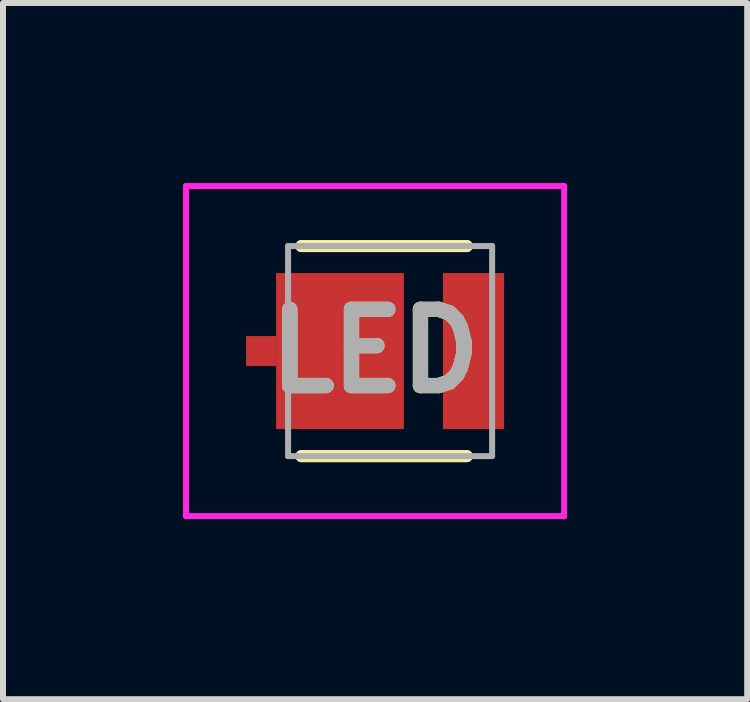
<source format=kicad_pcb>
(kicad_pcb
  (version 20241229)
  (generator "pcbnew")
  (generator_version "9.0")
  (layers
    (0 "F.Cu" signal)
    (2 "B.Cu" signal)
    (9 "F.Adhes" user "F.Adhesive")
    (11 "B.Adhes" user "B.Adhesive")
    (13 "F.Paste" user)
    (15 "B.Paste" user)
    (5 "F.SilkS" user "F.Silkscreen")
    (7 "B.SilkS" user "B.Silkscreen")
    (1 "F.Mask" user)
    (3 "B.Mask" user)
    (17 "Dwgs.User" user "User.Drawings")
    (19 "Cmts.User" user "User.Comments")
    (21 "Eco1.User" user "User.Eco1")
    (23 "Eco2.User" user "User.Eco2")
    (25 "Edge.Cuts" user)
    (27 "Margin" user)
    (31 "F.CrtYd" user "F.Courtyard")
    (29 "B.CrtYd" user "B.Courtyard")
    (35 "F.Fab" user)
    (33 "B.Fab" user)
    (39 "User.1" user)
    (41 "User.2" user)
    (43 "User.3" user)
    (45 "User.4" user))
  (footprint "LED"
    (layer "F.Cu")
    (at 2.615 2.8)
    (property "Reference" "LED" (at 0.585 0 0) (layer "F.SilkS") (effects (font (size 1.27 1.27) (thickness 0.254))))
    (attr smd)
    (fp_line (start -0.64 -1.75) (end -0.64 -1.75) (stroke (width 0.2) (type solid)) (layer "F.SilkS"))
    (fp_line (start -0.64 -1.75) (end 2.11 -1.75) (stroke (width 0.2) (type solid)) (layer "F.SilkS"))
    (fp_line (start -0.64 1.75) (end -0.64 1.75) (stroke (width 0.2) (type solid)) (layer "F.SilkS"))
    (fp_line (start -0.64 1.75) (end 2.11 1.75) (stroke (width 0.2) (type solid)) (layer "F.SilkS"))
    (fp_line (start 2.11 -1.75) (end -0.64 -1.75) (stroke (width 0.2) (type solid)) (layer "F.SilkS"))
    (fp_line (start 2.11 -1.75) (end 2.11 -1.75) (stroke (width 0.2) (type solid)) (layer "F.SilkS"))
    (fp_line (start 2.11 1.75) (end -0.64 1.75) (stroke (width 0.2) (type solid)) (layer "F.SilkS"))
    (fp_line (start 2.11 1.75) (end 2.11 1.75) (stroke (width 0.2) (type solid)) (layer "F.SilkS"))
    (fp_line (start -2.565 -2.75) (end 3.735 -2.75) (stroke (width 0.1) (type solid)) (layer "F.CrtYd"))
    (fp_line (start -2.565 2.75) (end -2.565 -2.75) (stroke (width 0.1) (type solid)) (layer "F.CrtYd"))
    (fp_line (start 3.735 -2.75) (end 3.735 2.75) (stroke (width 0.1) (type solid)) (layer "F.CrtYd"))
    (fp_line (start 3.735 2.75) (end -2.565 2.75) (stroke (width 0.1) (type solid)) (layer "F.CrtYd"))
    (fp_line (start -0.865 -1.75) (end 2.535 -1.75) (stroke (width 0.1) (type solid)) (layer "F.Fab"))
    (fp_line (start -0.865 1.75) (end -0.865 -1.75) (stroke (width 0.1) (type solid)) (layer "F.Fab"))
    (fp_line (start 2.535 -1.75) (end 2.535 1.75) (stroke (width 0.1) (type solid)) (layer "F.Fab"))
    (fp_line (start 2.535 1.75) (end -0.865 1.75) (stroke (width 0.1) (type solid)) (layer "F.Fab"))
    (fp_text user "${REFERENCE}" (at 0.585 0 0) (layer "F.Fab") (effects (font (size 1.27 1.27) (thickness 0.254))))
    (pad "1" smd rect (at 0 0) (size 2.13 2.6) (layers "F.Cu" "F.Mask" "F.Paste"))
    (pad "2" smd rect (at 2.225 0) (size 1.02 2.6) (layers "F.Cu" "F.Mask" "F.Paste"))
    (pad "A1" smd rect (at -1.315 0 90) (size 0.5 0.5) (layers "F.Cu" "F.Mask" "F.Paste")))
  (gr_rect
    (start -3 -3)
    (end 9.4 8.6)
    (stroke (width 0.1) (type default))
    (fill no)
    (layer "Edge.Cuts")))
</source>
